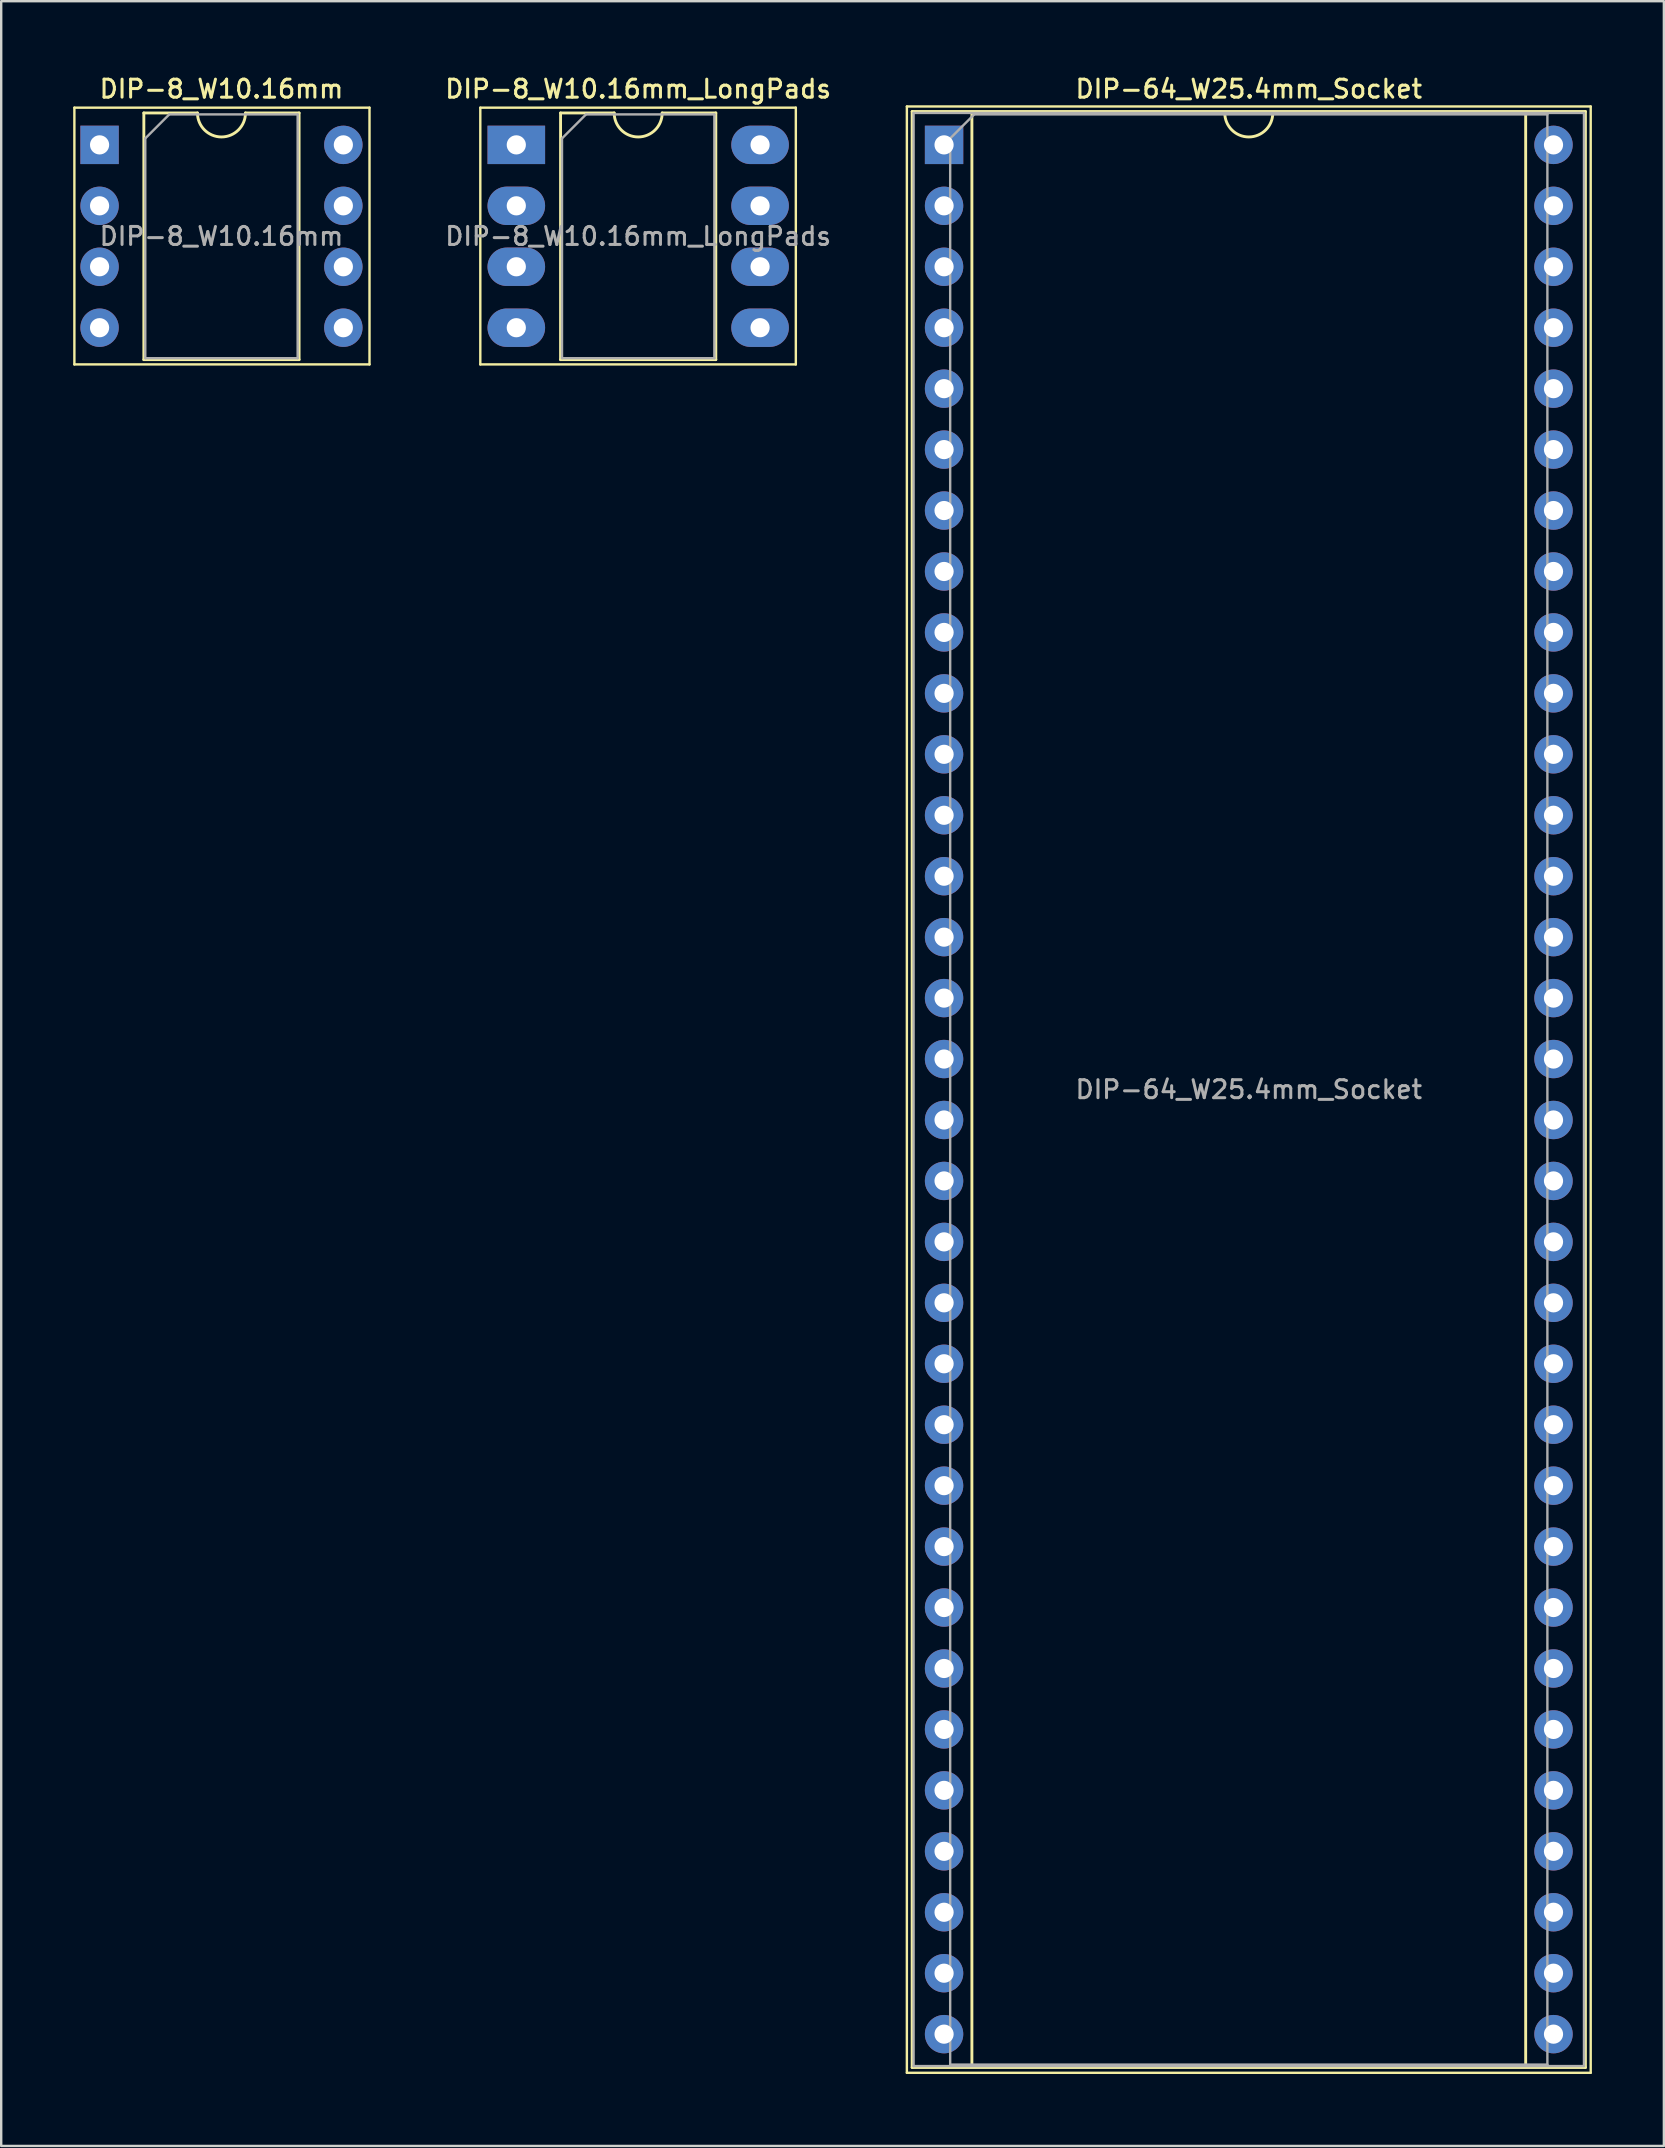
<source format=kicad_pcb>
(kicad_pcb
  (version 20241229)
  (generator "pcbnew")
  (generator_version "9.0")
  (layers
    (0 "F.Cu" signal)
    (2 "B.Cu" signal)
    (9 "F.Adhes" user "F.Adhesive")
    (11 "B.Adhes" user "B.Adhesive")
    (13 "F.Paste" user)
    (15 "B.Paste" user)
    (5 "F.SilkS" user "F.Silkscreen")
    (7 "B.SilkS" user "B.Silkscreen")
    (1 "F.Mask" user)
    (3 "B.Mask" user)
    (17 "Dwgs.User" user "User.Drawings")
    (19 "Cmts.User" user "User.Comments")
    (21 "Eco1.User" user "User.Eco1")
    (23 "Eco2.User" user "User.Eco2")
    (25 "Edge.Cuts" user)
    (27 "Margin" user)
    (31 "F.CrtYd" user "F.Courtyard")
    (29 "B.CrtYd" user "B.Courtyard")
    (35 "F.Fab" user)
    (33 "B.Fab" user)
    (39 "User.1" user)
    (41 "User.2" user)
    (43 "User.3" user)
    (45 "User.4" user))
  (footprint "DIP-8_W10.16mm_LongPads"
    (layer "F.Cu")
    (at 18.468 2.988)
    (property "Reference" "DIP-8_W10.16mm_LongPads" (at 5.08 -2.33 0) (layer "F.SilkS") (effects (font (size 0.75 0.75) (thickness 0.125))))
    (attr through_hole)
    (fp_line (start -1.5 -1.55) (end -1.5 9.15) (stroke (width 0.1) (type solid)) (layer "F.SilkS"))
    (fp_line (start -1.5 9.15) (end 11.65 9.15) (stroke (width 0.1) (type solid)) (layer "F.SilkS"))
    (fp_line (start 1.845 -1.33) (end 1.845 8.95) (stroke (width 0.12) (type solid)) (layer "F.SilkS"))
    (fp_line (start 1.845 8.95) (end 8.315 8.95) (stroke (width 0.12) (type solid)) (layer "F.SilkS"))
    (fp_line (start 4.08 -1.33) (end 1.845 -1.33) (stroke (width 0.12) (type solid)) (layer "F.SilkS"))
    (fp_line (start 8.315 -1.33) (end 6.08 -1.33) (stroke (width 0.12) (type solid)) (layer "F.SilkS"))
    (fp_line (start 8.315 8.95) (end 8.315 -1.33) (stroke (width 0.12) (type solid)) (layer "F.SilkS"))
    (fp_line (start 11.65 -1.55) (end -1.5 -1.55) (stroke (width 0.1) (type solid)) (layer "F.SilkS"))
    (fp_line (start 11.65 9.15) (end 11.65 -1.55) (stroke (width 0.1) (type solid)) (layer "F.SilkS"))
    (fp_arc (start 6.08 -1.33) (mid 5.08 -0.33) (end 4.08 -1.33) (stroke (width 0.12) (type solid)) (layer "F.SilkS"))
    (fp_line (start 1.905 -0.27) (end 2.905 -1.27) (stroke (width 0.1) (type solid)) (layer "F.Fab"))
    (fp_line (start 1.905 8.89) (end 1.905 -0.27) (stroke (width 0.1) (type solid)) (layer "F.Fab"))
    (fp_line (start 2.905 -1.27) (end 8.255 -1.27) (stroke (width 0.1) (type solid)) (layer "F.Fab"))
    (fp_line (start 8.255 -1.27) (end 8.255 8.89) (stroke (width 0.1) (type solid)) (layer "F.Fab"))
    (fp_line (start 8.255 8.89) (end 1.905 8.89) (stroke (width 0.1) (type solid)) (layer "F.Fab"))
    (fp_text user "${REFERENCE}" (at 5.08 3.81 0) (layer "F.Fab") (effects (font (size 0.75 0.75) (thickness 0.125))))
    (pad "1" thru_hole rect (at 0 0) (size 2.4 1.6) (drill 0.8) (layers "*.Cu" "*.Mask"))
    (pad "2" thru_hole oval (at 0 2.54) (size 2.4 1.6) (drill 0.8) (layers "*.Cu" "*.Mask"))
    (pad "3" thru_hole oval (at 0 5.08) (size 2.4 1.6) (drill 0.8) (layers "*.Cu" "*.Mask"))
    (pad "4" thru_hole oval (at 0 7.62) (size 2.4 1.6) (drill 0.8) (layers "*.Cu" "*.Mask"))
    (pad "5" thru_hole oval (at 10.16 7.62) (size 2.4 1.6) (drill 0.8) (layers "*.Cu" "*.Mask"))
    (pad "6" thru_hole oval (at 10.16 5.08) (size 2.4 1.6) (drill 0.8) (layers "*.Cu" "*.Mask"))
    (pad "7" thru_hole oval (at 10.16 2.54) (size 2.4 1.6) (drill 0.8) (layers "*.Cu" "*.Mask"))
    (pad "8" thru_hole oval (at 10.16 0) (size 2.4 1.6) (drill 0.8) (layers "*.Cu" "*.Mask")))
  (footprint "DIP-64_W25.4mm_Socket"
    (layer "F.Cu")
    (at 36.296 2.988)
    (property "Reference" "DIP-64_W25.4mm_Socket" (at 12.7 -2.33 0) (layer "F.SilkS") (effects (font (size 0.75 0.75) (thickness 0.125))))
    (attr through_hole)
    (fp_line (start -1.55 -1.6) (end -1.55 80.35) (stroke (width 0.1) (type solid)) (layer "F.SilkS"))
    (fp_line (start -1.55 80.35) (end 26.95 80.35) (stroke (width 0.1) (type solid)) (layer "F.SilkS"))
    (fp_line (start -1.33 -1.39) (end -1.33 80.13) (stroke (width 0.12) (type solid)) (layer "F.SilkS"))
    (fp_line (start -1.33 80.13) (end 26.73 80.13) (stroke (width 0.12) (type solid)) (layer "F.SilkS"))
    (fp_line (start 1.16 -1.33) (end 1.16 80.07) (stroke (width 0.12) (type solid)) (layer "F.SilkS"))
    (fp_line (start 1.16 80.07) (end 24.24 80.07) (stroke (width 0.12) (type solid)) (layer "F.SilkS"))
    (fp_line (start 11.7 -1.33) (end 1.16 -1.33) (stroke (width 0.12) (type solid)) (layer "F.SilkS"))
    (fp_line (start 24.24 -1.33) (end 13.7 -1.33) (stroke (width 0.12) (type solid)) (layer "F.SilkS"))
    (fp_line (start 24.24 80.07) (end 24.24 -1.33) (stroke (width 0.12) (type solid)) (layer "F.SilkS"))
    (fp_line (start 26.73 -1.39) (end -1.33 -1.39) (stroke (width 0.12) (type solid)) (layer "F.SilkS"))
    (fp_line (start 26.73 80.13) (end 26.73 -1.39) (stroke (width 0.12) (type solid)) (layer "F.SilkS"))
    (fp_line (start 26.95 -1.6) (end -1.55 -1.6) (stroke (width 0.1) (type solid)) (layer "F.SilkS"))
    (fp_line (start 26.95 80.35) (end 26.95 -1.6) (stroke (width 0.1) (type solid)) (layer "F.SilkS"))
    (fp_arc (start 13.7 -1.33) (mid 12.7 -0.33) (end 11.7 -1.33) (stroke (width 0.12) (type solid)) (layer "F.SilkS"))
    (fp_line (start -1.27 -1.33) (end -1.27 80.07) (stroke (width 0.1) (type solid)) (layer "F.Fab"))
    (fp_line (start -1.27 80.07) (end 26.67 80.07) (stroke (width 0.1) (type solid)) (layer "F.Fab"))
    (fp_line (start 0.255 -0.27) (end 1.255 -1.27) (stroke (width 0.1) (type solid)) (layer "F.Fab"))
    (fp_line (start 0.255 80.01) (end 0.255 -0.27) (stroke (width 0.1) (type solid)) (layer "F.Fab"))
    (fp_line (start 1.255 -1.27) (end 25.145 -1.27) (stroke (width 0.1) (type solid)) (layer "F.Fab"))
    (fp_line (start 25.145 -1.27) (end 25.145 80.01) (stroke (width 0.1) (type solid)) (layer "F.Fab"))
    (fp_line (start 25.145 80.01) (end 0.255 80.01) (stroke (width 0.1) (type solid)) (layer "F.Fab"))
    (fp_line (start 26.67 -1.33) (end -1.27 -1.33) (stroke (width 0.1) (type solid)) (layer "F.Fab"))
    (fp_line (start 26.67 80.07) (end 26.67 -1.33) (stroke (width 0.1) (type solid)) (layer "F.Fab"))
    (fp_text user "${REFERENCE}" (at 12.7 39.37 0) (layer "F.Fab") (effects (font (size 0.75 0.75) (thickness 0.125))))
    (pad "1" thru_hole rect (at 0 0) (size 1.6 1.6) (drill 0.8) (layers "*.Cu" "*.Mask"))
    (pad "2" thru_hole oval (at 0 2.54) (size 1.6 1.6) (drill 0.8) (layers "*.Cu" "*.Mask"))
    (pad "3" thru_hole oval (at 0 5.08) (size 1.6 1.6) (drill 0.8) (layers "*.Cu" "*.Mask"))
    (pad "4" thru_hole oval (at 0 7.62) (size 1.6 1.6) (drill 0.8) (layers "*.Cu" "*.Mask"))
    (pad "5" thru_hole oval (at 0 10.16) (size 1.6 1.6) (drill 0.8) (layers "*.Cu" "*.Mask"))
    (pad "6" thru_hole oval (at 0 12.7) (size 1.6 1.6) (drill 0.8) (layers "*.Cu" "*.Mask"))
    (pad "7" thru_hole oval (at 0 15.24) (size 1.6 1.6) (drill 0.8) (layers "*.Cu" "*.Mask"))
    (pad "8" thru_hole oval (at 0 17.78) (size 1.6 1.6) (drill 0.8) (layers "*.Cu" "*.Mask"))
    (pad "9" thru_hole oval (at 0 20.32) (size 1.6 1.6) (drill 0.8) (layers "*.Cu" "*.Mask"))
    (pad "10" thru_hole oval (at 0 22.86) (size 1.6 1.6) (drill 0.8) (layers "*.Cu" "*.Mask"))
    (pad "11" thru_hole oval (at 0 25.4) (size 1.6 1.6) (drill 0.8) (layers "*.Cu" "*.Mask"))
    (pad "12" thru_hole oval (at 0 27.94) (size 1.6 1.6) (drill 0.8) (layers "*.Cu" "*.Mask"))
    (pad "13" thru_hole oval (at 0 30.48) (size 1.6 1.6) (drill 0.8) (layers "*.Cu" "*.Mask"))
    (pad "14" thru_hole oval (at 0 33.02) (size 1.6 1.6) (drill 0.8) (layers "*.Cu" "*.Mask"))
    (pad "15" thru_hole oval (at 0 35.56) (size 1.6 1.6) (drill 0.8) (layers "*.Cu" "*.Mask"))
    (pad "16" thru_hole oval (at 0 38.1) (size 1.6 1.6) (drill 0.8) (layers "*.Cu" "*.Mask"))
    (pad "17" thru_hole oval (at 0 40.64) (size 1.6 1.6) (drill 0.8) (layers "*.Cu" "*.Mask"))
    (pad "18" thru_hole oval (at 0 43.18) (size 1.6 1.6) (drill 0.8) (layers "*.Cu" "*.Mask"))
    (pad "19" thru_hole oval (at 0 45.72) (size 1.6 1.6) (drill 0.8) (layers "*.Cu" "*.Mask"))
    (pad "20" thru_hole oval (at 0 48.26) (size 1.6 1.6) (drill 0.8) (layers "*.Cu" "*.Mask"))
    (pad "21" thru_hole oval (at 0 50.8) (size 1.6 1.6) (drill 0.8) (layers "*.Cu" "*.Mask"))
    (pad "22" thru_hole oval (at 0 53.34) (size 1.6 1.6) (drill 0.8) (layers "*.Cu" "*.Mask"))
    (pad "23" thru_hole oval (at 0 55.88) (size 1.6 1.6) (drill 0.8) (layers "*.Cu" "*.Mask"))
    (pad "24" thru_hole oval (at 0 58.42) (size 1.6 1.6) (drill 0.8) (layers "*.Cu" "*.Mask"))
    (pad "25" thru_hole oval (at 0 60.96) (size 1.6 1.6) (drill 0.8) (layers "*.Cu" "*.Mask"))
    (pad "26" thru_hole oval (at 0 63.5) (size 1.6 1.6) (drill 0.8) (layers "*.Cu" "*.Mask"))
    (pad "27" thru_hole oval (at 0 66.04) (size 1.6 1.6) (drill 0.8) (layers "*.Cu" "*.Mask"))
    (pad "28" thru_hole oval (at 0 68.58) (size 1.6 1.6) (drill 0.8) (layers "*.Cu" "*.Mask"))
    (pad "29" thru_hole oval (at 0 71.12) (size 1.6 1.6) (drill 0.8) (layers "*.Cu" "*.Mask"))
    (pad "30" thru_hole oval (at 0 73.66) (size 1.6 1.6) (drill 0.8) (layers "*.Cu" "*.Mask"))
    (pad "31" thru_hole oval (at 0 76.2) (size 1.6 1.6) (drill 0.8) (layers "*.Cu" "*.Mask"))
    (pad "32" thru_hole oval (at 0 78.74) (size 1.6 1.6) (drill 0.8) (layers "*.Cu" "*.Mask"))
    (pad "33" thru_hole oval (at 25.4 78.74) (size 1.6 1.6) (drill 0.8) (layers "*.Cu" "*.Mask"))
    (pad "34" thru_hole oval (at 25.4 76.2) (size 1.6 1.6) (drill 0.8) (layers "*.Cu" "*.Mask"))
    (pad "35" thru_hole oval (at 25.4 73.66) (size 1.6 1.6) (drill 0.8) (layers "*.Cu" "*.Mask"))
    (pad "36" thru_hole oval (at 25.4 71.12) (size 1.6 1.6) (drill 0.8) (layers "*.Cu" "*.Mask"))
    (pad "37" thru_hole oval (at 25.4 68.58) (size 1.6 1.6) (drill 0.8) (layers "*.Cu" "*.Mask"))
    (pad "38" thru_hole oval (at 25.4 66.04) (size 1.6 1.6) (drill 0.8) (layers "*.Cu" "*.Mask"))
    (pad "39" thru_hole oval (at 25.4 63.5) (size 1.6 1.6) (drill 0.8) (layers "*.Cu" "*.Mask"))
    (pad "40" thru_hole oval (at 25.4 60.96) (size 1.6 1.6) (drill 0.8) (layers "*.Cu" "*.Mask"))
    (pad "41" thru_hole oval (at 25.4 58.42) (size 1.6 1.6) (drill 0.8) (layers "*.Cu" "*.Mask"))
    (pad "42" thru_hole oval (at 25.4 55.88) (size 1.6 1.6) (drill 0.8) (layers "*.Cu" "*.Mask"))
    (pad "43" thru_hole oval (at 25.4 53.34) (size 1.6 1.6) (drill 0.8) (layers "*.Cu" "*.Mask"))
    (pad "44" thru_hole oval (at 25.4 50.8) (size 1.6 1.6) (drill 0.8) (layers "*.Cu" "*.Mask"))
    (pad "45" thru_hole oval (at 25.4 48.26) (size 1.6 1.6) (drill 0.8) (layers "*.Cu" "*.Mask"))
    (pad "46" thru_hole oval (at 25.4 45.72) (size 1.6 1.6) (drill 0.8) (layers "*.Cu" "*.Mask"))
    (pad "47" thru_hole oval (at 25.4 43.18) (size 1.6 1.6) (drill 0.8) (layers "*.Cu" "*.Mask"))
    (pad "48" thru_hole oval (at 25.4 40.64) (size 1.6 1.6) (drill 0.8) (layers "*.Cu" "*.Mask"))
    (pad "49" thru_hole oval (at 25.4 38.1) (size 1.6 1.6) (drill 0.8) (layers "*.Cu" "*.Mask"))
    (pad "50" thru_hole oval (at 25.4 35.56) (size 1.6 1.6) (drill 0.8) (layers "*.Cu" "*.Mask"))
    (pad "51" thru_hole oval (at 25.4 33.02) (size 1.6 1.6) (drill 0.8) (layers "*.Cu" "*.Mask"))
    (pad "52" thru_hole oval (at 25.4 30.48) (size 1.6 1.6) (drill 0.8) (layers "*.Cu" "*.Mask"))
    (pad "53" thru_hole oval (at 25.4 27.94) (size 1.6 1.6) (drill 0.8) (layers "*.Cu" "*.Mask"))
    (pad "54" thru_hole oval (at 25.4 25.4) (size 1.6 1.6) (drill 0.8) (layers "*.Cu" "*.Mask"))
    (pad "55" thru_hole oval (at 25.4 22.86) (size 1.6 1.6) (drill 0.8) (layers "*.Cu" "*.Mask"))
    (pad "56" thru_hole oval (at 25.4 20.32) (size 1.6 1.6) (drill 0.8) (layers "*.Cu" "*.Mask"))
    (pad "57" thru_hole oval (at 25.4 17.78) (size 1.6 1.6) (drill 0.8) (layers "*.Cu" "*.Mask"))
    (pad "58" thru_hole oval (at 25.4 15.24) (size 1.6 1.6) (drill 0.8) (layers "*.Cu" "*.Mask"))
    (pad "59" thru_hole oval (at 25.4 12.7) (size 1.6 1.6) (drill 0.8) (layers "*.Cu" "*.Mask"))
    (pad "60" thru_hole oval (at 25.4 10.16) (size 1.6 1.6) (drill 0.8) (layers "*.Cu" "*.Mask"))
    (pad "61" thru_hole oval (at 25.4 7.62) (size 1.6 1.6) (drill 0.8) (layers "*.Cu" "*.Mask"))
    (pad "62" thru_hole oval (at 25.4 5.08) (size 1.6 1.6) (drill 0.8) (layers "*.Cu" "*.Mask"))
    (pad "63" thru_hole oval (at 25.4 2.54) (size 1.6 1.6) (drill 0.8) (layers "*.Cu" "*.Mask"))
    (pad "64" thru_hole oval (at 25.4 0) (size 1.6 1.6) (drill 0.8) (layers "*.Cu" "*.Mask")))
  (footprint "DIP-8_W10.16mm"
    (layer "F.Cu")
    (at 1.1 2.988)
    (property "Reference" "DIP-8_W10.16mm" (at 5.08 -2.33 0) (layer "F.SilkS") (effects (font (size 0.75 0.75) (thickness 0.125))))
    (attr through_hole)
    (fp_line (start -1.05 -1.55) (end -1.05 9.15) (stroke (width 0.1) (type solid)) (layer "F.SilkS"))
    (fp_line (start -1.05 9.15) (end 11.25 9.15) (stroke (width 0.1) (type solid)) (layer "F.SilkS"))
    (fp_line (start 1.845 -1.33) (end 1.845 8.95) (stroke (width 0.12) (type solid)) (layer "F.SilkS"))
    (fp_line (start 1.845 8.95) (end 8.315 8.95) (stroke (width 0.12) (type solid)) (layer "F.SilkS"))
    (fp_line (start 4.08 -1.33) (end 1.845 -1.33) (stroke (width 0.12) (type solid)) (layer "F.SilkS"))
    (fp_line (start 8.315 -1.33) (end 6.08 -1.33) (stroke (width 0.12) (type solid)) (layer "F.SilkS"))
    (fp_line (start 8.315 8.95) (end 8.315 -1.33) (stroke (width 0.12) (type solid)) (layer "F.SilkS"))
    (fp_line (start 11.25 -1.55) (end -1.05 -1.55) (stroke (width 0.1) (type solid)) (layer "F.SilkS"))
    (fp_line (start 11.25 9.15) (end 11.25 -1.55) (stroke (width 0.1) (type solid)) (layer "F.SilkS"))
    (fp_arc (start 6.08 -1.33) (mid 5.08 -0.33) (end 4.08 -1.33) (stroke (width 0.12) (type solid)) (layer "F.SilkS"))
    (fp_line (start 1.905 -0.27) (end 2.905 -1.27) (stroke (width 0.1) (type solid)) (layer "F.Fab"))
    (fp_line (start 1.905 8.89) (end 1.905 -0.27) (stroke (width 0.1) (type solid)) (layer "F.Fab"))
    (fp_line (start 2.905 -1.27) (end 8.255 -1.27) (stroke (width 0.1) (type solid)) (layer "F.Fab"))
    (fp_line (start 8.255 -1.27) (end 8.255 8.89) (stroke (width 0.1) (type solid)) (layer "F.Fab"))
    (fp_line (start 8.255 8.89) (end 1.905 8.89) (stroke (width 0.1) (type solid)) (layer "F.Fab"))
    (fp_text user "${REFERENCE}" (at 5.08 3.81 0) (layer "F.Fab") (effects (font (size 0.75 0.75) (thickness 0.125))))
    (pad "1" thru_hole rect (at 0 0) (size 1.6 1.6) (drill 0.8) (layers "*.Cu" "*.Mask"))
    (pad "2" thru_hole oval (at 0 2.54) (size 1.6 1.6) (drill 0.8) (layers "*.Cu" "*.Mask"))
    (pad "3" thru_hole oval (at 0 5.08) (size 1.6 1.6) (drill 0.8) (layers "*.Cu" "*.Mask"))
    (pad "4" thru_hole oval (at 0 7.62) (size 1.6 1.6) (drill 0.8) (layers "*.Cu" "*.Mask"))
    (pad "5" thru_hole oval (at 10.16 7.62) (size 1.6 1.6) (drill 0.8) (layers "*.Cu" "*.Mask"))
    (pad "6" thru_hole oval (at 10.16 5.08) (size 1.6 1.6) (drill 0.8) (layers "*.Cu" "*.Mask"))
    (pad "7" thru_hole oval (at 10.16 2.54) (size 1.6 1.6) (drill 0.8) (layers "*.Cu" "*.Mask"))
    (pad "8" thru_hole oval (at 10.16 0) (size 1.6 1.6) (drill 0.8) (layers "*.Cu" "*.Mask")))
  (gr_rect
    (start -3 -3)
    (end 66.296 86.388)
    (stroke (width 0.1) (type default))
    (fill no)
    (layer "Edge.Cuts")))
</source>
